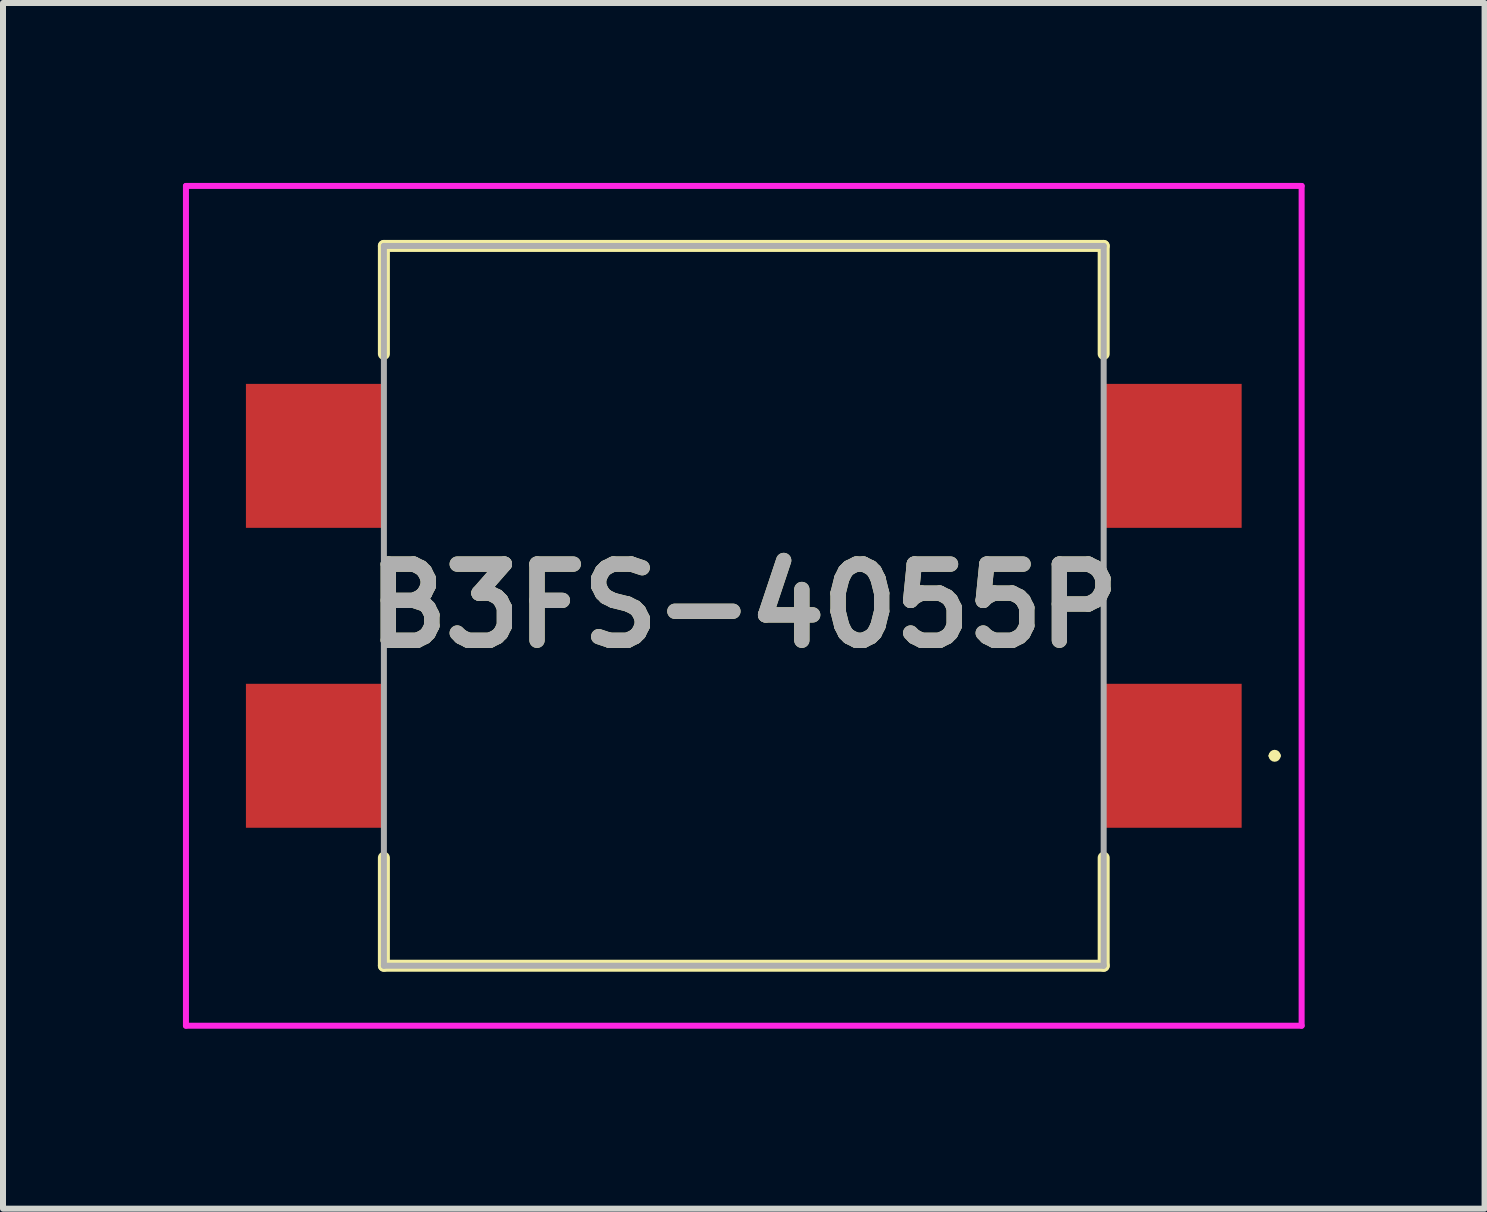
<source format=kicad_pcb>
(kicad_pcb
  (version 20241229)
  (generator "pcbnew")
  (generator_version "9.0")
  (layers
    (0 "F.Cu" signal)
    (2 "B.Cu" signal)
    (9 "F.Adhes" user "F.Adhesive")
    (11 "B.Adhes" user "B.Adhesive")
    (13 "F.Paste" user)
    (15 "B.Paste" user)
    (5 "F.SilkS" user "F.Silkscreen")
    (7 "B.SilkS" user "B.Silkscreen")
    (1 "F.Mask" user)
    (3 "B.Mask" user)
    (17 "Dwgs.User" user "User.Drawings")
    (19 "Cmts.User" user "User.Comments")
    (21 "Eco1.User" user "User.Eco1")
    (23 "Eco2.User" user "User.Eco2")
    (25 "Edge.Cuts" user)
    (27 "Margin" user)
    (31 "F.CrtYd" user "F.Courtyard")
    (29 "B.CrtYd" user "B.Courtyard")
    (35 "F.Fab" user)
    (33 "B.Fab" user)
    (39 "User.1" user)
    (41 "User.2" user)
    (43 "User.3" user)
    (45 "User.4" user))
  (footprint "B3FS-4055P"
    (layer "F.Cu")
    (at 9.35 7.05)
    (property "Reference" "B3FS-4055P" (at 0 0 0) (layer "F.SilkS") (effects (font (size 1.27 1.27) (thickness 0.254))))
    (attr smd)
    (fp_line (start -6 -6) (end 6 -6) (stroke (width 0.2) (type solid)) (layer "F.SilkS"))
    (fp_line (start -6 -4.2) (end -6 -6) (stroke (width 0.2) (type solid)) (layer "F.SilkS"))
    (fp_line (start -6 6) (end -6 4.2) (stroke (width 0.2) (type solid)) (layer "F.SilkS"))
    (fp_line (start 6 -6) (end 6 -4.2) (stroke (width 0.2) (type solid)) (layer "F.SilkS"))
    (fp_line (start 6 4.2) (end 6 6) (stroke (width 0.2) (type solid)) (layer "F.SilkS"))
    (fp_line (start 6 6) (end -6 6) (stroke (width 0.2) (type solid)) (layer "F.SilkS"))
    (fp_line (start 8.8 2.5) (end 8.8 2.5) (stroke (width 0.1) (type solid)) (layer "F.SilkS"))
    (fp_line (start 8.9 2.5) (end 8.9 2.5) (stroke (width 0.1) (type solid)) (layer "F.SilkS"))
    (fp_arc (start 8.8 2.5) (mid 8.85 2.45) (end 8.9 2.5) (stroke (width 0.1) (type solid)) (layer "F.SilkS"))
    (fp_arc (start 8.9 2.5) (mid 8.85 2.55) (end 8.8 2.5) (stroke (width 0.1) (type solid)) (layer "F.SilkS"))
    (fp_line (start -9.3 -7) (end 9.3 -7) (stroke (width 0.1) (type solid)) (layer "F.CrtYd"))
    (fp_line (start -9.3 7) (end -9.3 -7) (stroke (width 0.1) (type solid)) (layer "F.CrtYd"))
    (fp_line (start 9.3 -7) (end 9.3 7) (stroke (width 0.1) (type solid)) (layer "F.CrtYd"))
    (fp_line (start 9.3 7) (end -9.3 7) (stroke (width 0.1) (type solid)) (layer "F.CrtYd"))
    (fp_line (start -6 -6) (end 6 -6) (stroke (width 0.1) (type solid)) (layer "F.Fab"))
    (fp_line (start -6 6) (end -6 -6) (stroke (width 0.1) (type solid)) (layer "F.Fab"))
    (fp_line (start 6 -6) (end 6 6) (stroke (width 0.1) (type solid)) (layer "F.Fab"))
    (fp_line (start 6 6) (end -6 6) (stroke (width 0.1) (type solid)) (layer "F.Fab"))
    (fp_text user "${REFERENCE}" (at 0 0 0) (layer "F.Fab") (effects (font (size 1.27 1.27) (thickness 0.254))))
    (pad "1" smd rect (at 7.15 2.5) (size 2.3 2.4) (layers "F.Cu" "F.Mask" "F.Paste"))
    (pad "2" smd rect (at -7.15 2.5) (size 2.3 2.4) (layers "F.Cu" "F.Mask" "F.Paste"))
    (pad "3" smd rect (at 7.15 -2.5) (size 2.3 2.4) (layers "F.Cu" "F.Mask" "F.Paste"))
    (pad "4" smd rect (at -7.15 -2.5) (size 2.3 2.4) (layers "F.Cu" "F.Mask" "F.Paste")))
  (gr_rect
    (start -3 -3)
    (end 21.7 17.1)
    (stroke (width 0.1) (type default))
    (fill no)
    (layer "Edge.Cuts")))
</source>
